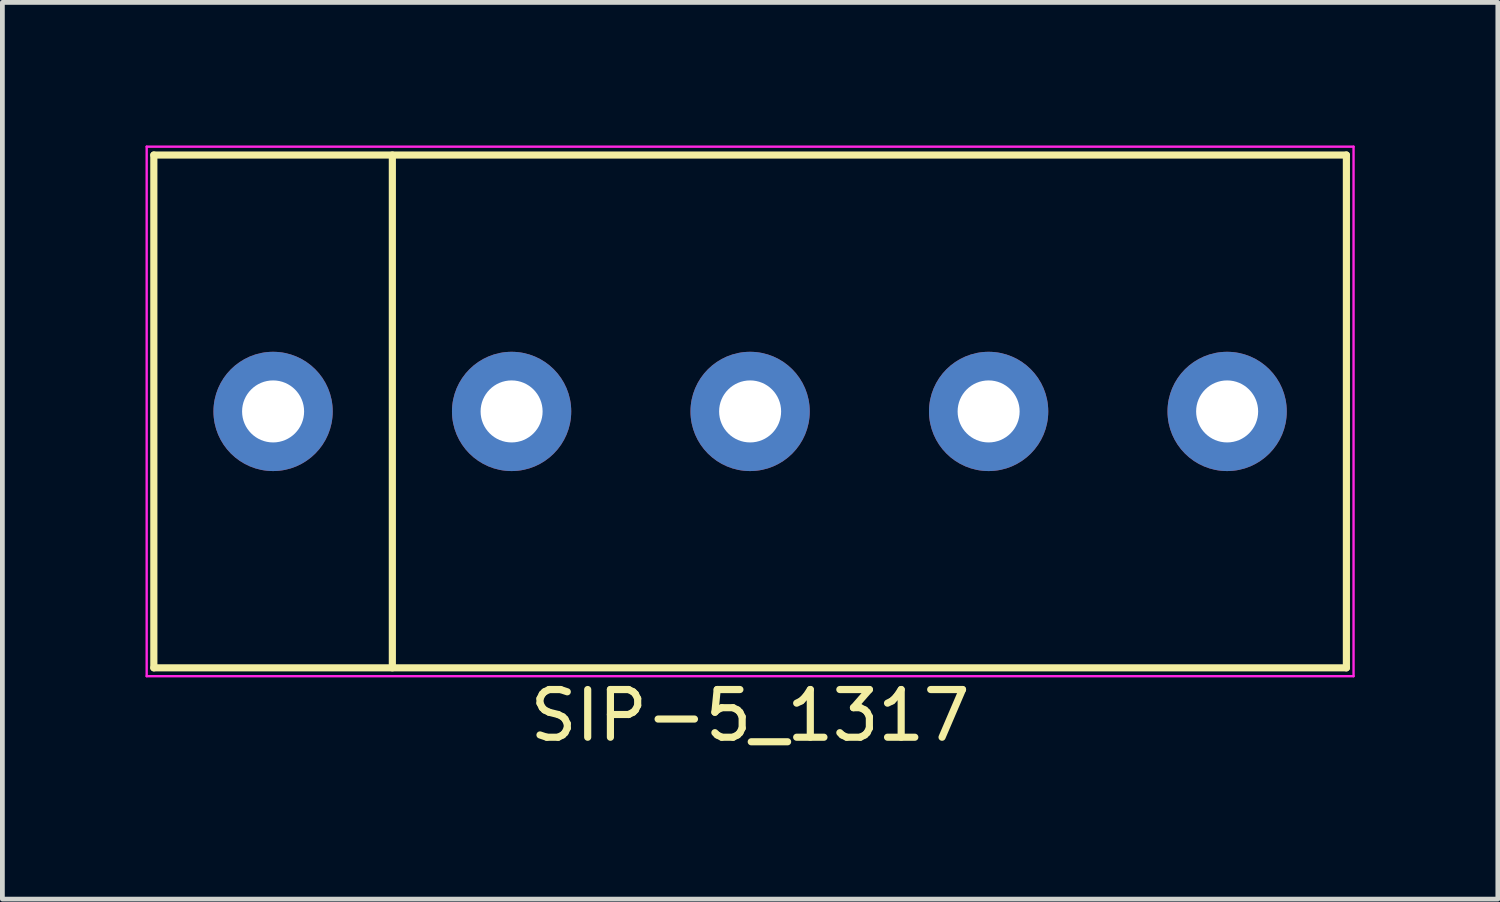
<source format=kicad_pcb>
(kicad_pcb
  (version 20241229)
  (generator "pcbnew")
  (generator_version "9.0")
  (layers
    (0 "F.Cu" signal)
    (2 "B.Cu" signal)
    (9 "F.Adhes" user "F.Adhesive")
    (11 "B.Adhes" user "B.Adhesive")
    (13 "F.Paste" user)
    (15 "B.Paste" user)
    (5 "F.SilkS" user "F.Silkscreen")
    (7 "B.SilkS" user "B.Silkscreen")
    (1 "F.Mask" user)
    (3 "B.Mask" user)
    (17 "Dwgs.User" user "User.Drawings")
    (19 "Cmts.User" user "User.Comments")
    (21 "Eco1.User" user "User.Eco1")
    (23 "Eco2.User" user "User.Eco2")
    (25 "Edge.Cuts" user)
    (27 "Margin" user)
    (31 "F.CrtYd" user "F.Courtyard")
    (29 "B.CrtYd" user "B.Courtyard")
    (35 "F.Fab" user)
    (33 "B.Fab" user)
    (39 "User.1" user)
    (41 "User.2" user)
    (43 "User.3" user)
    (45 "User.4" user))
  (footprint "SIP-5_1317"
    (layer "F.Cu")
    (at 12.675 5.575)
    (property "Reference" "SIP-5_1317" (at 0 6.375 0) (layer "F.SilkS") (effects (font (size 1 1) (thickness 0.15))))
    (attr through_hole)
    (fp_line (start -12.5 -5.375) (end 12.5 -5.375) (stroke (width 0.15) (type solid)) (layer "F.SilkS"))
    (fp_line (start -12.5 5.375) (end -12.5 -5.375) (stroke (width 0.15) (type solid)) (layer "F.SilkS"))
    (fp_line (start -7.5 -5.375) (end -7.5 5.375) (stroke (width 0.15) (type solid)) (layer "F.SilkS"))
    (fp_line (start 12.5 -5.375) (end 12.5 5.375) (stroke (width 0.15) (type solid)) (layer "F.SilkS"))
    (fp_line (start 12.5 5.375) (end -12.5 5.375) (stroke (width 0.15) (type solid)) (layer "F.SilkS"))
    (fp_line (start -12.65 -5.55) (end 12.65 -5.55) (stroke (width 0.05) (type solid)) (layer "F.CrtYd"))
    (fp_line (start -12.65 5.55) (end -12.65 -5.55) (stroke (width 0.05) (type solid)) (layer "F.CrtYd"))
    (fp_line (start 12.65 -5.55) (end 12.65 5.55) (stroke (width 0.05) (type solid)) (layer "F.CrtYd"))
    (fp_line (start 12.65 5.55) (end -12.65 5.55) (stroke (width 0.05) (type solid)) (layer "F.CrtYd"))
    (pad "1" thru_hole circle (at -10 0) (size 2.5 2.5) (drill 1.3) (layers "*.Cu" "*.Mask"))
    (pad "2" thru_hole circle (at -5 0) (size 2.5 2.5) (drill 1.3) (layers "*.Cu" "*.Mask"))
    (pad "3" thru_hole circle (at 0 0) (size 2.5 2.5) (drill 1.3) (layers "*.Cu" "*.Mask"))
    (pad "4" thru_hole circle (at 5 0) (size 2.5 2.5) (drill 1.3) (layers "*.Cu" "*.Mask"))
    (pad "5" thru_hole circle (at 10 0) (size 2.5 2.5) (drill 1.3) (layers "*.Cu" "*.Mask")))
  (gr_rect
    (start -3 -3)
    (end 28.35 15.798)
    (stroke (width 0.1) (type default))
    (fill no)
    (layer "Edge.Cuts")))
</source>
